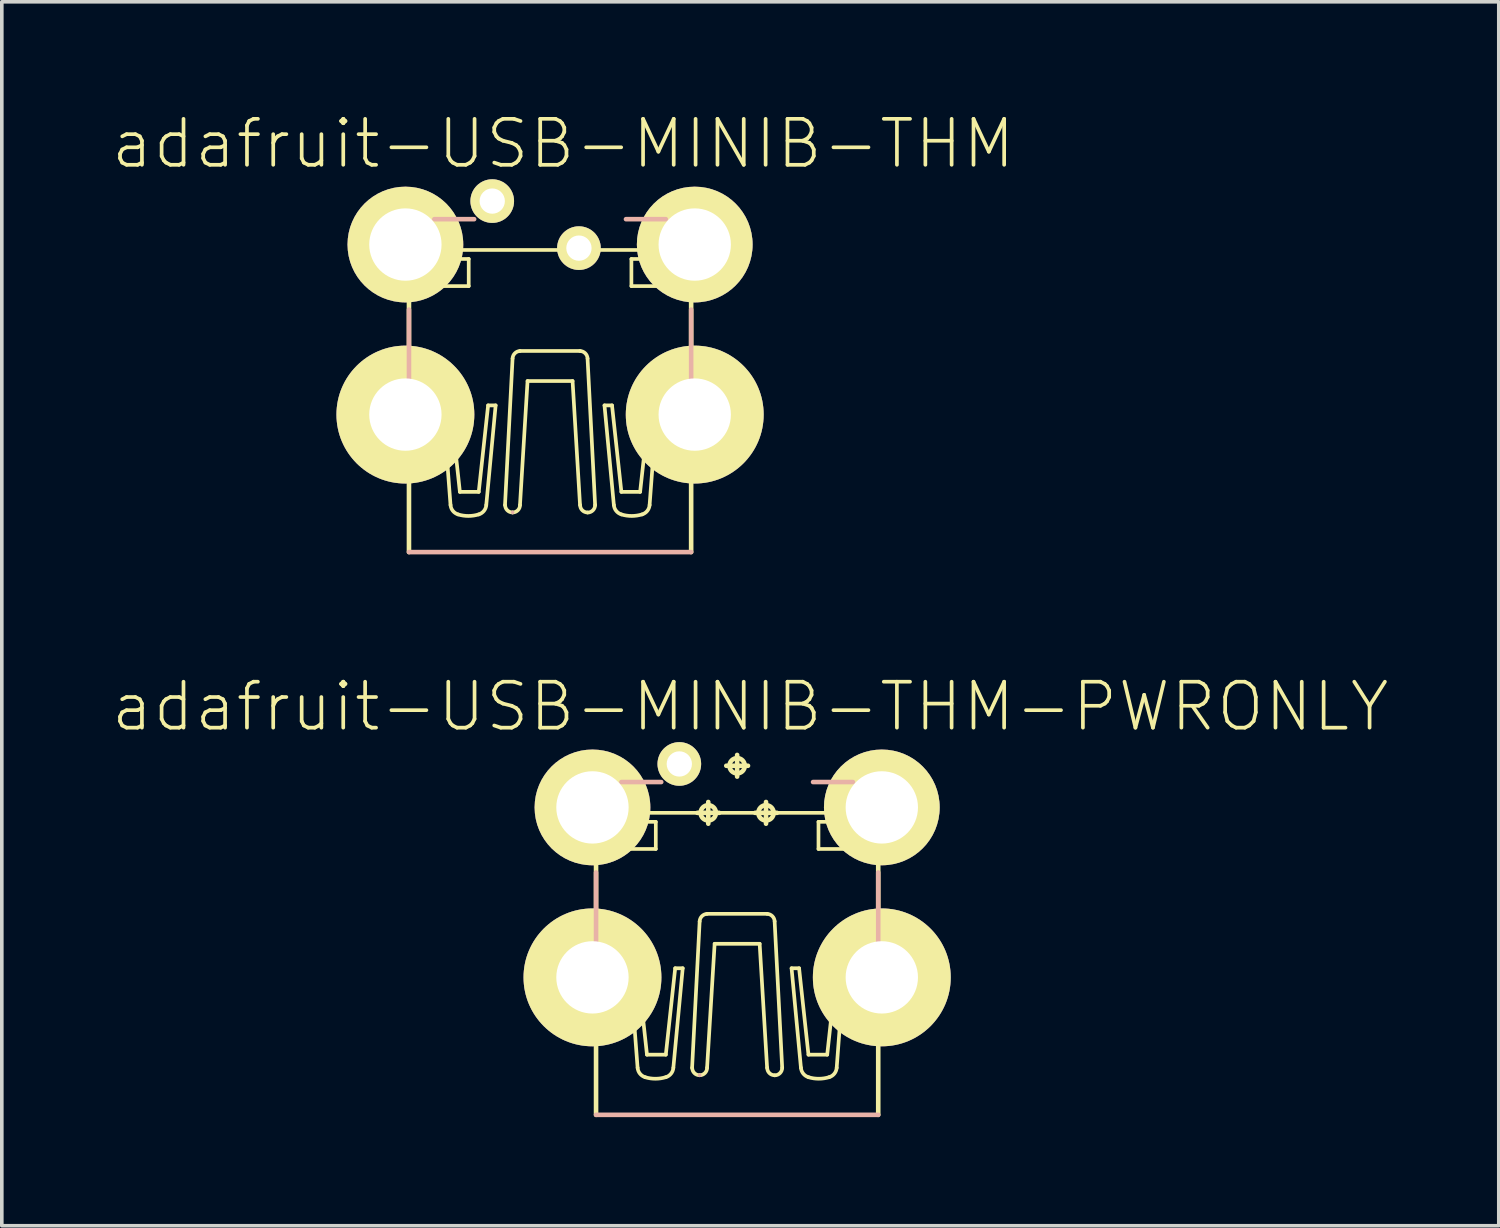
<source format=kicad_pcb>
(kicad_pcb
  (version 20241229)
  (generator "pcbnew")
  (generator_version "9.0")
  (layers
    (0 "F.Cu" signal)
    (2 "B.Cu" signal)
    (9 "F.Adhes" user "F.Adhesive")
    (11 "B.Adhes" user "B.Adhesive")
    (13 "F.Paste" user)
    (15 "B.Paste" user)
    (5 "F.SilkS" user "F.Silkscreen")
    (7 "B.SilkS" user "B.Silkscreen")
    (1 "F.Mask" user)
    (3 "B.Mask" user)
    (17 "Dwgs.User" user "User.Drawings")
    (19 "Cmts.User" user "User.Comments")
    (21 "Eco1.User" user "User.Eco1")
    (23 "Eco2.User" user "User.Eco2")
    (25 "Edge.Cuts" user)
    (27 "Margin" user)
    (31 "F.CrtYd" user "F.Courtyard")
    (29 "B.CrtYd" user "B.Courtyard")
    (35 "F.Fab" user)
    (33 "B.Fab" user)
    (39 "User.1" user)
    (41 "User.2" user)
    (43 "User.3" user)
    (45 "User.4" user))
  (footprint "adafruit-USB-MINIB-THM"
    (layer "F.Cu")
    (at 12.151 12.306)
    (property "Reference" "adafruit-USB-MINIB-THM" (at 0.363 -11.384 0) (layer "F.SilkS") (effects (font (size 1.27 1.27) (thickness 0.102))))
    (attr exclude_from_pos_files exclude_from_bom)
    (fp_line (start -5.08 -8.918) (end -5.08 -8.519) (stroke (width 0.102) (type solid)) (layer "F.SilkS"))
    (fp_line (start -5.08 -7.569) (end -5.08 -7.92) (stroke (width 0.102) (type solid)) (layer "F.SilkS"))
    (fp_line (start -5.08 -4.58) (end -5.08 -4.178) (stroke (width 0.102) (type solid)) (layer "F.SilkS"))
    (fp_line (start -5.08 -3.228) (end -5.08 -3.579) (stroke (width 0.102) (type solid)) (layer "F.SilkS"))
    (fp_line (start -5.06 -8.938) (end -3.909 -8.938) (stroke (width 0.102) (type solid)) (layer "F.SilkS"))
    (fp_line (start -5.06 -4.597) (end -3.909 -4.597) (stroke (width 0.102) (type solid)) (layer "F.SilkS"))
    (fp_line (start -3.909 -7.559) (end -5.06 -7.559) (stroke (width 0.102) (type solid)) (layer "F.SilkS"))
    (fp_line (start -3.909 -3.218) (end -5.06 -3.218) (stroke (width 0.102) (type solid)) (layer "F.SilkS"))
    (fp_line (start -3.899 -9.299) (end -3.899 -8.948) (stroke (width 0.127) (type solid)) (layer "F.SilkS"))
    (fp_line (start -3.899 -4.608) (end -3.899 -7.508) (stroke (width 0.127) (type solid)) (layer "F.SilkS"))
    (fp_line (start -3.899 -0.099) (end -3.899 -3.198) (stroke (width 0.127) (type solid)) (layer "F.SilkS"))
    (fp_line (start -3 -8.199) (end -2.248 -8.199) (stroke (width 0.102) (type solid)) (layer "F.SilkS"))
    (fp_line (start -3 -7.45) (end -3 -8.199) (stroke (width 0.102) (type solid)) (layer "F.SilkS"))
    (fp_line (start -2.959 -4.153) (end -2.751 -1.4) (stroke (width 0.102) (type solid)) (layer "F.SilkS"))
    (fp_line (start -2.751 -4.153) (end -2.959 -4.153) (stroke (width 0.102) (type solid)) (layer "F.SilkS"))
    (fp_line (start -2.748 -9.2) (end -2.748 -8.448) (stroke (width 0.102) (type solid)) (layer "F.SilkS"))
    (fp_line (start -2.748 -8.448) (end 2.748 -8.448) (stroke (width 0.102) (type solid)) (layer "F.SilkS"))
    (fp_line (start -2.492 -1.763) (end -2.751 -4.153) (stroke (width 0.102) (type solid)) (layer "F.SilkS"))
    (fp_line (start -2.248 -8.199) (end -2.248 -7.45) (stroke (width 0.102) (type solid)) (layer "F.SilkS"))
    (fp_line (start -2.248 -7.45) (end -3 -7.45) (stroke (width 0.102) (type solid)) (layer "F.SilkS"))
    (fp_line (start -1.971 -1.763) (end -2.492 -1.763) (stroke (width 0.102) (type solid)) (layer "F.SilkS"))
    (fp_line (start -1.763 -1.4) (end -1.504 -4.153) (stroke (width 0.102) (type solid)) (layer "F.SilkS"))
    (fp_line (start -1.712 -4.153) (end -1.971 -1.763) (stroke (width 0.102) (type solid)) (layer "F.SilkS"))
    (fp_line (start -1.504 -4.153) (end -1.712 -4.153) (stroke (width 0.102) (type solid)) (layer "F.SilkS"))
    (fp_line (start -1.245 -1.4) (end -1.036 -5.448) (stroke (width 0.102) (type solid)) (layer "F.SilkS"))
    (fp_line (start -0.831 -1.4) (end -0.622 -4.826) (stroke (width 0.102) (type solid)) (layer "F.SilkS"))
    (fp_line (start 0.622 -4.826) (end -0.622 -4.826) (stroke (width 0.102) (type solid)) (layer "F.SilkS"))
    (fp_line (start 0.828 -5.657) (end -0.831 -5.657) (stroke (width 0.102) (type solid)) (layer "F.SilkS"))
    (fp_line (start 0.828 -1.4) (end 0.622 -4.826) (stroke (width 0.102) (type solid)) (layer "F.SilkS"))
    (fp_line (start 1.245 -1.4) (end 1.036 -5.448) (stroke (width 0.102) (type solid)) (layer "F.SilkS"))
    (fp_line (start 1.504 -4.153) (end 1.712 -4.153) (stroke (width 0.102) (type solid)) (layer "F.SilkS"))
    (fp_line (start 1.712 -4.153) (end 1.971 -1.763) (stroke (width 0.102) (type solid)) (layer "F.SilkS"))
    (fp_line (start 1.763 -1.4) (end 1.504 -4.153) (stroke (width 0.102) (type solid)) (layer "F.SilkS"))
    (fp_line (start 1.971 -1.763) (end 2.489 -1.763) (stroke (width 0.102) (type solid)) (layer "F.SilkS"))
    (fp_line (start 2.248 -8.199) (end 2.248 -7.45) (stroke (width 0.102) (type solid)) (layer "F.SilkS"))
    (fp_line (start 2.248 -7.45) (end 3 -7.45) (stroke (width 0.102) (type solid)) (layer "F.SilkS"))
    (fp_line (start 2.489 -1.763) (end 2.751 -4.153) (stroke (width 0.102) (type solid)) (layer "F.SilkS"))
    (fp_line (start 2.748 -8.448) (end 2.748 -9.2) (stroke (width 0.102) (type solid)) (layer "F.SilkS"))
    (fp_line (start 2.751 -4.153) (end 2.957 -4.153) (stroke (width 0.102) (type solid)) (layer "F.SilkS"))
    (fp_line (start 2.957 -4.153) (end 2.751 -1.4) (stroke (width 0.102) (type solid)) (layer "F.SilkS"))
    (fp_line (start 3 -8.199) (end 2.248 -8.199) (stroke (width 0.102) (type solid)) (layer "F.SilkS"))
    (fp_line (start 3 -7.45) (end 3 -8.199) (stroke (width 0.102) (type solid)) (layer "F.SilkS"))
    (fp_line (start 3.879 -8.959) (end 5.029 -8.959) (stroke (width 0.102) (type solid)) (layer "F.SilkS"))
    (fp_line (start 3.879 -4.618) (end 5.029 -4.618) (stroke (width 0.102) (type solid)) (layer "F.SilkS"))
    (fp_line (start 3.899 -9.299) (end 3.899 -8.999) (stroke (width 0.127) (type solid)) (layer "F.SilkS"))
    (fp_line (start 3.899 -4.658) (end 3.899 -7.559) (stroke (width 0.127) (type solid)) (layer "F.SilkS"))
    (fp_line (start 3.899 -0.099) (end 3.899 -3.198) (stroke (width 0.127) (type solid)) (layer "F.SilkS"))
    (fp_line (start 5.029 -7.579) (end 3.879 -7.579) (stroke (width 0.102) (type solid)) (layer "F.SilkS"))
    (fp_line (start 5.029 -3.239) (end 3.879 -3.239) (stroke (width 0.102) (type solid)) (layer "F.SilkS"))
    (fp_line (start 5.05 -8.948) (end 5.05 -8.598) (stroke (width 0.102) (type solid)) (layer "F.SilkS"))
    (fp_line (start 5.05 -7.6) (end 5.05 -7.998) (stroke (width 0.102) (type solid)) (layer "F.SilkS"))
    (fp_line (start 5.05 -4.608) (end 5.05 -4.26) (stroke (width 0.102) (type solid)) (layer "F.SilkS"))
    (fp_line (start 5.05 -3.259) (end 5.05 -3.658) (stroke (width 0.102) (type solid)) (layer "F.SilkS"))
    (fp_arc (start -5.08 -8.51916) (mid -4.78028 -8.21944) (end -5.08 -7.91972) (stroke (width 0.1016) (type solid)) (layer "F.SilkS"))
    (fp_arc (start -5.08 -4.1783) (mid -4.78028 -3.87858) (end -5.08 -3.57886) (stroke (width 0.1016) (type solid)) (layer "F.SilkS"))
    (fp_arc (start -2.54254 -1.14046) (mid -2.686403 -1.238156) (end -2.750193 -1.399933) (stroke (width 0.1016) (type solid)) (layer "F.SilkS"))
    (fp_arc (start -1.97104 -1.14046) (mid -2.256124 -1.097275) (end -2.541378 -1.139328) (stroke (width 0.1016) (type solid)) (layer "F.SilkS"))
    (fp_arc (start -1.76276 -1.39954) (mid -1.826881 -1.237478) (end -1.971177 -1.139733) (stroke (width 0.1016) (type solid)) (layer "F.SilkS"))
    (fp_arc (start -1.03632 -5.4483) (mid -0.973816 -5.591447) (end -0.831752 -5.656376) (stroke (width 0.1016) (type solid)) (layer "F.SilkS"))
    (fp_arc (start -1.03632 -1.1938) (mid -1.1818 -1.25406) (end -1.24206 -1.39954) (stroke (width 0.1016) (type solid)) (layer "F.SilkS"))
    (fp_arc (start -0.83058 -1.39954) (mid -0.89084 -1.25406) (end -1.03632 -1.1938) (stroke (width 0.1016) (type solid)) (layer "F.SilkS"))
    (fp_arc (start 0.82804 -5.65658) (mid 0.971187 -5.594076) (end 1.036116 -5.452012) (stroke (width 0.1016) (type solid)) (layer "F.SilkS"))
    (fp_arc (start 1.03632 -1.1938) (mid 0.89084 -1.25406) (end 0.83058 -1.39954) (stroke (width 0.1016) (type solid)) (layer "F.SilkS"))
    (fp_arc (start 1.2446 -1.39954) (mid 1.183596 -1.252264) (end 1.03632 -1.19126) (stroke (width 0.1016) (type solid)) (layer "F.SilkS"))
    (fp_arc (start 1.97104 -1.14046) (mid 1.827177 -1.238156) (end 1.763387 -1.399933) (stroke (width 0.1016) (type solid)) (layer "F.SilkS"))
    (fp_arc (start 2.54254 -1.14046) (mid 2.257456 -1.097275) (end 1.972202 -1.139328) (stroke (width 0.1016) (type solid)) (layer "F.SilkS"))
    (fp_arc (start 2.75082 -1.39954) (mid 2.686699 -1.237478) (end 2.542403 -1.139733) (stroke (width 0.1016) (type solid)) (layer "F.SilkS"))
    (fp_arc (start 5.04952 -7.99846) (mid 4.7498 -8.29818) (end 5.04952 -8.5979) (stroke (width 0.1016) (type solid)) (layer "F.SilkS"))
    (fp_arc (start 5.04952 -3.6576) (mid 4.74726 -3.95986) (end 5.04952 -4.26212) (stroke (width 0.1016) (type solid)) (layer "F.SilkS"))
    (fp_line (start -3.899 -4.1) (end -3.899 -6.8) (stroke (width 0.127) (type solid)) (layer "B.SilkS"))
    (fp_line (start -3.899 -0.099) (end 3.899 -0.099) (stroke (width 0.127) (type solid)) (layer "B.SilkS"))
    (fp_line (start -3.198 -9.299) (end -2.098 -9.299) (stroke (width 0.127) (type solid)) (layer "B.SilkS"))
    (fp_line (start -1.036 -1.194) (end -1.036 -1.194) (stroke (width 0.102) (type solid)) (layer "B.SilkS"))
    (fp_line (start 2.098 -9.299) (end 3.198 -9.299) (stroke (width 0.127) (type solid)) (layer "B.SilkS"))
    (fp_line (start 3.899 -6.8) (end 3.899 -4.699) (stroke (width 0.127) (type solid)) (layer "B.SilkS"))
    (pad "D+" thru_hole rect (at 0 -9.799) (size 0.001 0.001) (drill 0.699) (layers "*.Cu" "F.Mask" "F.SilkS" "F.Paste"))
    (pad "D-" thru_hole rect (at -0.798 -8.499) (size 0.001 0.001) (drill 0.699) (layers "*.Cu" "F.Mask" "F.SilkS" "F.Paste"))
    (pad "GND" thru_hole rect (at 1.598 -9.799) (size 0.001 0.001) (drill 0.699) (layers "*.Cu" "F.Mask" "F.SilkS" "F.Paste"))
    (pad "GND1" thru_hole circle (at -3.998 -3.899) (size 3.81 3.81) (drill 1.999) (layers "*.Cu" "F.Mask" "F.SilkS" "F.Paste"))
    (pad "GND2" thru_hole circle (at -3.998 -8.598) (size 3.198 3.198) (drill 1.999) (layers "*.Cu" "F.Mask" "F.SilkS" "F.Paste"))
    (pad "GND3" thru_hole circle (at 3.998 -8.598) (size 3.198 3.198) (drill 1.999) (layers "*.Cu" "F.Mask" "F.SilkS" "F.Paste"))
    (pad "GND4" thru_hole circle (at 3.998 -3.899) (size 3.81 3.81) (drill 1.999) (layers "*.Cu" "F.Mask" "F.SilkS" "F.Paste"))
    (pad "ID" thru_hole circle (at 0.798 -8.499) (size 1.206 1.206) (drill 0.699) (layers "*.Cu" "F.Mask" "F.SilkS" "F.Paste"))
    (pad "VBUS" thru_hole circle (at -1.598 -9.799) (size 1.206 1.206) (drill 0.699) (layers "*.Cu" "F.Mask" "F.SilkS" "F.Paste")))
  (footprint "adafruit-USB-MINIB-THM-PWRONLY"
    (layer "F.Cu")
    (at 17.321 22.781)
    (property "Reference" "adafruit-USB-MINIB-THM-PWRONLY" (at 0.363 -6.304 0) (layer "F.SilkS") (effects (font (size 1.27 1.27) (thickness 0.102))))
    (attr exclude_from_pos_files exclude_from_bom)
    (fp_line (start -5.08 -3.838) (end -5.08 -3.439) (stroke (width 0.102) (type solid)) (layer "F.SilkS"))
    (fp_line (start -5.08 -2.489) (end -5.08 -2.84) (stroke (width 0.102) (type solid)) (layer "F.SilkS"))
    (fp_line (start -5.08 0.498) (end -5.08 0.899) (stroke (width 0.102) (type solid)) (layer "F.SilkS"))
    (fp_line (start -5.08 1.849) (end -5.08 1.499) (stroke (width 0.102) (type solid)) (layer "F.SilkS"))
    (fp_line (start -5.06 -3.858) (end -3.909 -3.858) (stroke (width 0.102) (type solid)) (layer "F.SilkS"))
    (fp_line (start -5.06 0.48) (end -3.909 0.48) (stroke (width 0.102) (type solid)) (layer "F.SilkS"))
    (fp_line (start -3.909 -2.479) (end -5.06 -2.479) (stroke (width 0.102) (type solid)) (layer "F.SilkS"))
    (fp_line (start -3.909 1.859) (end -5.06 1.859) (stroke (width 0.102) (type solid)) (layer "F.SilkS"))
    (fp_line (start -3.899 -4.219) (end -3.899 -3.868) (stroke (width 0.127) (type solid)) (layer "F.SilkS"))
    (fp_line (start -3.899 0.47) (end -3.899 -2.428) (stroke (width 0.127) (type solid)) (layer "F.SilkS"))
    (fp_line (start -3.899 4.978) (end -3.899 1.88) (stroke (width 0.127) (type solid)) (layer "F.SilkS"))
    (fp_line (start -3 -3.119) (end -2.248 -3.119) (stroke (width 0.102) (type solid)) (layer "F.SilkS"))
    (fp_line (start -3 -2.37) (end -3 -3.119) (stroke (width 0.102) (type solid)) (layer "F.SilkS"))
    (fp_line (start -2.959 0.927) (end -2.751 3.678) (stroke (width 0.102) (type solid)) (layer "F.SilkS"))
    (fp_line (start -2.751 0.927) (end -2.959 0.927) (stroke (width 0.102) (type solid)) (layer "F.SilkS"))
    (fp_line (start -2.748 -4.12) (end -2.748 -3.368) (stroke (width 0.102) (type solid)) (layer "F.SilkS"))
    (fp_line (start -2.748 -3.368) (end 2.748 -3.368) (stroke (width 0.102) (type solid)) (layer "F.SilkS"))
    (fp_line (start -2.492 3.315) (end -2.751 0.927) (stroke (width 0.102) (type solid)) (layer "F.SilkS"))
    (fp_line (start -2.248 -3.119) (end -2.248 -2.37) (stroke (width 0.102) (type solid)) (layer "F.SilkS"))
    (fp_line (start -2.248 -2.37) (end -3 -2.37) (stroke (width 0.102) (type solid)) (layer "F.SilkS"))
    (fp_line (start -1.971 3.315) (end -2.492 3.315) (stroke (width 0.102) (type solid)) (layer "F.SilkS"))
    (fp_line (start -1.763 3.678) (end -1.504 0.927) (stroke (width 0.102) (type solid)) (layer "F.SilkS"))
    (fp_line (start -1.712 0.927) (end -1.971 3.315) (stroke (width 0.102) (type solid)) (layer "F.SilkS"))
    (fp_line (start -1.504 0.927) (end -1.712 0.927) (stroke (width 0.102) (type solid)) (layer "F.SilkS"))
    (fp_line (start -1.245 3.678) (end -1.036 -0.368) (stroke (width 0.102) (type solid)) (layer "F.SilkS"))
    (fp_line (start -1.1 -3.368) (end -0.498 -3.368) (stroke (width 0.127) (type solid)) (layer "F.SilkS"))
    (fp_line (start -0.831 3.678) (end -0.622 0.251) (stroke (width 0.102) (type solid)) (layer "F.SilkS"))
    (fp_line (start -0.798 -3.068) (end -0.798 -3.668) (stroke (width 0.127) (type solid)) (layer "F.SilkS"))
    (fp_line (start -0.3 -4.669) (end 0.3 -4.669) (stroke (width 0.127) (type solid)) (layer "F.SilkS"))
    (fp_line (start 0 -4.369) (end 0 -4.968) (stroke (width 0.127) (type solid)) (layer "F.SilkS"))
    (fp_line (start 0.498 -3.368) (end 1.1 -3.368) (stroke (width 0.127) (type solid)) (layer "F.SilkS"))
    (fp_line (start 0.622 0.251) (end -0.622 0.251) (stroke (width 0.102) (type solid)) (layer "F.SilkS"))
    (fp_line (start 0.798 -3.068) (end 0.798 -3.668) (stroke (width 0.127) (type solid)) (layer "F.SilkS"))
    (fp_line (start 0.828 -0.577) (end -0.831 -0.577) (stroke (width 0.102) (type solid)) (layer "F.SilkS"))
    (fp_line (start 0.828 3.678) (end 0.622 0.251) (stroke (width 0.102) (type solid)) (layer "F.SilkS"))
    (fp_line (start 1.245 3.678) (end 1.036 -0.368) (stroke (width 0.102) (type solid)) (layer "F.SilkS"))
    (fp_line (start 1.504 0.927) (end 1.712 0.927) (stroke (width 0.102) (type solid)) (layer "F.SilkS"))
    (fp_line (start 1.712 0.927) (end 1.971 3.315) (stroke (width 0.102) (type solid)) (layer "F.SilkS"))
    (fp_line (start 1.763 3.678) (end 1.504 0.927) (stroke (width 0.102) (type solid)) (layer "F.SilkS"))
    (fp_line (start 1.971 3.315) (end 2.489 3.315) (stroke (width 0.102) (type solid)) (layer "F.SilkS"))
    (fp_line (start 2.248 -3.119) (end 2.248 -2.37) (stroke (width 0.102) (type solid)) (layer "F.SilkS"))
    (fp_line (start 2.248 -2.37) (end 3 -2.37) (stroke (width 0.102) (type solid)) (layer "F.SilkS"))
    (fp_line (start 2.489 3.315) (end 2.751 0.927) (stroke (width 0.102) (type solid)) (layer "F.SilkS"))
    (fp_line (start 2.748 -3.368) (end 2.748 -4.12) (stroke (width 0.102) (type solid)) (layer "F.SilkS"))
    (fp_line (start 2.751 0.927) (end 2.957 0.927) (stroke (width 0.102) (type solid)) (layer "F.SilkS"))
    (fp_line (start 2.957 0.927) (end 2.751 3.678) (stroke (width 0.102) (type solid)) (layer "F.SilkS"))
    (fp_line (start 3 -3.119) (end 2.248 -3.119) (stroke (width 0.102) (type solid)) (layer "F.SilkS"))
    (fp_line (start 3 -2.37) (end 3 -3.119) (stroke (width 0.102) (type solid)) (layer "F.SilkS"))
    (fp_line (start 3.879 -3.879) (end 5.029 -3.879) (stroke (width 0.102) (type solid)) (layer "F.SilkS"))
    (fp_line (start 3.879 0.46) (end 5.029 0.46) (stroke (width 0.102) (type solid)) (layer "F.SilkS"))
    (fp_line (start 3.899 -4.219) (end 3.899 -3.919) (stroke (width 0.127) (type solid)) (layer "F.SilkS"))
    (fp_line (start 3.899 0.419) (end 3.899 -2.479) (stroke (width 0.127) (type solid)) (layer "F.SilkS"))
    (fp_line (start 3.899 4.978) (end 3.899 1.88) (stroke (width 0.127) (type solid)) (layer "F.SilkS"))
    (fp_line (start 5.029 -2.499) (end 3.879 -2.499) (stroke (width 0.102) (type solid)) (layer "F.SilkS"))
    (fp_line (start 5.029 1.839) (end 3.879 1.839) (stroke (width 0.102) (type solid)) (layer "F.SilkS"))
    (fp_line (start 5.05 -3.868) (end 5.05 -3.518) (stroke (width 0.102) (type solid)) (layer "F.SilkS"))
    (fp_line (start 5.05 -2.52) (end 5.05 -2.918) (stroke (width 0.102) (type solid)) (layer "F.SilkS"))
    (fp_line (start 5.05 0.47) (end 5.05 0.818) (stroke (width 0.102) (type solid)) (layer "F.SilkS"))
    (fp_line (start 5.05 1.819) (end 5.05 1.42) (stroke (width 0.102) (type solid)) (layer "F.SilkS"))
    (fp_arc (start -5.08 -3.43916) (mid -4.78028 -3.13944) (end -5.08 -2.83972) (stroke (width 0.1016) (type solid)) (layer "F.SilkS"))
    (fp_arc (start -5.08 0.89916) (mid -4.78028 1.19888) (end -5.08 1.4986) (stroke (width 0.1016) (type solid)) (layer "F.SilkS"))
    (fp_arc (start -2.54254 3.937) (mid -2.686403 3.839304) (end -2.750193 3.677527) (stroke (width 0.1016) (type solid)) (layer "F.SilkS"))
    (fp_arc (start -1.97104 3.937) (mid -2.256124 3.980185) (end -2.541378 3.938132) (stroke (width 0.1016) (type solid)) (layer "F.SilkS"))
    (fp_arc (start -1.76276 3.67792) (mid -1.826881 3.839982) (end -1.971177 3.937727) (stroke (width 0.1016) (type solid)) (layer "F.SilkS"))
    (fp_arc (start -1.03632 -0.3683) (mid -0.973816 -0.511447) (end -0.831752 -0.576376) (stroke (width 0.1016) (type solid)) (layer "F.SilkS"))
    (fp_arc (start -1.03632 3.88366) (mid -1.1818 3.8234) (end -1.24206 3.67792) (stroke (width 0.1016) (type solid)) (layer "F.SilkS"))
    (fp_arc (start -0.83058 3.67792) (mid -0.89084 3.8234) (end -1.03632 3.88366) (stroke (width 0.1016) (type solid)) (layer "F.SilkS"))
    (fp_arc (start 0.82804 -0.57658) (mid 0.971187 -0.514076) (end 1.036116 -0.372012) (stroke (width 0.1016) (type solid)) (layer "F.SilkS"))
    (fp_arc (start 1.03632 3.88366) (mid 0.89084 3.8234) (end 0.83058 3.67792) (stroke (width 0.1016) (type solid)) (layer "F.SilkS"))
    (fp_arc (start 1.2446 3.67792) (mid 1.183596 3.825196) (end 1.03632 3.8862) (stroke (width 0.1016) (type solid)) (layer "F.SilkS"))
    (fp_arc (start 1.97104 3.937) (mid 1.827177 3.839304) (end 1.763387 3.677527) (stroke (width 0.1016) (type solid)) (layer "F.SilkS"))
    (fp_arc (start 2.54254 3.937) (mid 2.257456 3.980185) (end 1.972202 3.938132) (stroke (width 0.1016) (type solid)) (layer "F.SilkS"))
    (fp_arc (start 2.75082 3.67792) (mid 2.686699 3.839982) (end 2.542403 3.937727) (stroke (width 0.1016) (type solid)) (layer "F.SilkS"))
    (fp_arc (start 5.04952 -2.91846) (mid 4.7498 -3.21818) (end 5.04952 -3.5179) (stroke (width 0.1016) (type solid)) (layer "F.SilkS"))
    (fp_arc (start 5.04952 1.41986) (mid 4.74726 1.1176) (end 5.04952 0.81534) (stroke (width 0.1016) (type solid)) (layer "F.SilkS"))
    (fp_circle (center -0.798 -3.368) (end -0.947 -3.518) (stroke (width 0.127) (type solid)) (fill no) (layer "F.SilkS"))
    (fp_circle (center 0 -4.669) (end -0.15 -4.818) (stroke (width 0.127) (type solid)) (fill no) (layer "F.SilkS"))
    (fp_circle (center 0.798 -3.368) (end 0.947 -3.518) (stroke (width 0.127) (type solid)) (fill no) (layer "F.SilkS"))
    (fp_line (start -3.899 0.978) (end -3.899 -1.72) (stroke (width 0.127) (type solid)) (layer "B.SilkS"))
    (fp_line (start -3.899 4.978) (end 3.899 4.978) (stroke (width 0.127) (type solid)) (layer "B.SilkS"))
    (fp_line (start -3.198 -4.219) (end -2.098 -4.219) (stroke (width 0.127) (type solid)) (layer "B.SilkS"))
    (fp_line (start -1.036 3.884) (end -1.036 3.884) (stroke (width 0.102) (type solid)) (layer "B.SilkS"))
    (fp_line (start 2.098 -4.219) (end 3.198 -4.219) (stroke (width 0.127) (type solid)) (layer "B.SilkS"))
    (fp_line (start 3.899 -1.72) (end 3.899 0.378) (stroke (width 0.127) (type solid)) (layer "B.SilkS"))
    (pad "GND" thru_hole rect (at 1.598 -4.719) (size 0.001 0.001) (drill 0.699) (layers "*.Cu" "F.Mask" "F.SilkS" "F.Paste"))
    (pad "GND1" thru_hole circle (at -3.998 1.179) (size 3.81 3.81) (drill 1.999) (layers "*.Cu" "F.Mask" "F.SilkS" "F.Paste"))
    (pad "GND2" thru_hole circle (at -3.998 -3.518) (size 3.198 3.198) (drill 1.999) (layers "*.Cu" "F.Mask" "F.SilkS" "F.Paste"))
    (pad "GND3" thru_hole circle (at 3.998 -3.518) (size 3.198 3.198) (drill 1.999) (layers "*.Cu" "F.Mask" "F.SilkS" "F.Paste"))
    (pad "GND4" thru_hole circle (at 3.998 1.179) (size 3.81 3.81) (drill 1.999) (layers "*.Cu" "F.Mask" "F.SilkS" "F.Paste"))
    (pad "VBUS" thru_hole circle (at -1.598 -4.719) (size 1.206 1.206) (drill 0.699) (layers "*.Cu" "F.Mask" "F.SilkS" "F.Paste")))
  (gr_rect
    (start -3 -3)
    (end 38.369 30.823)
    (stroke (width 0.1) (type default))
    (fill no)
    (layer "Edge.Cuts")))
</source>
